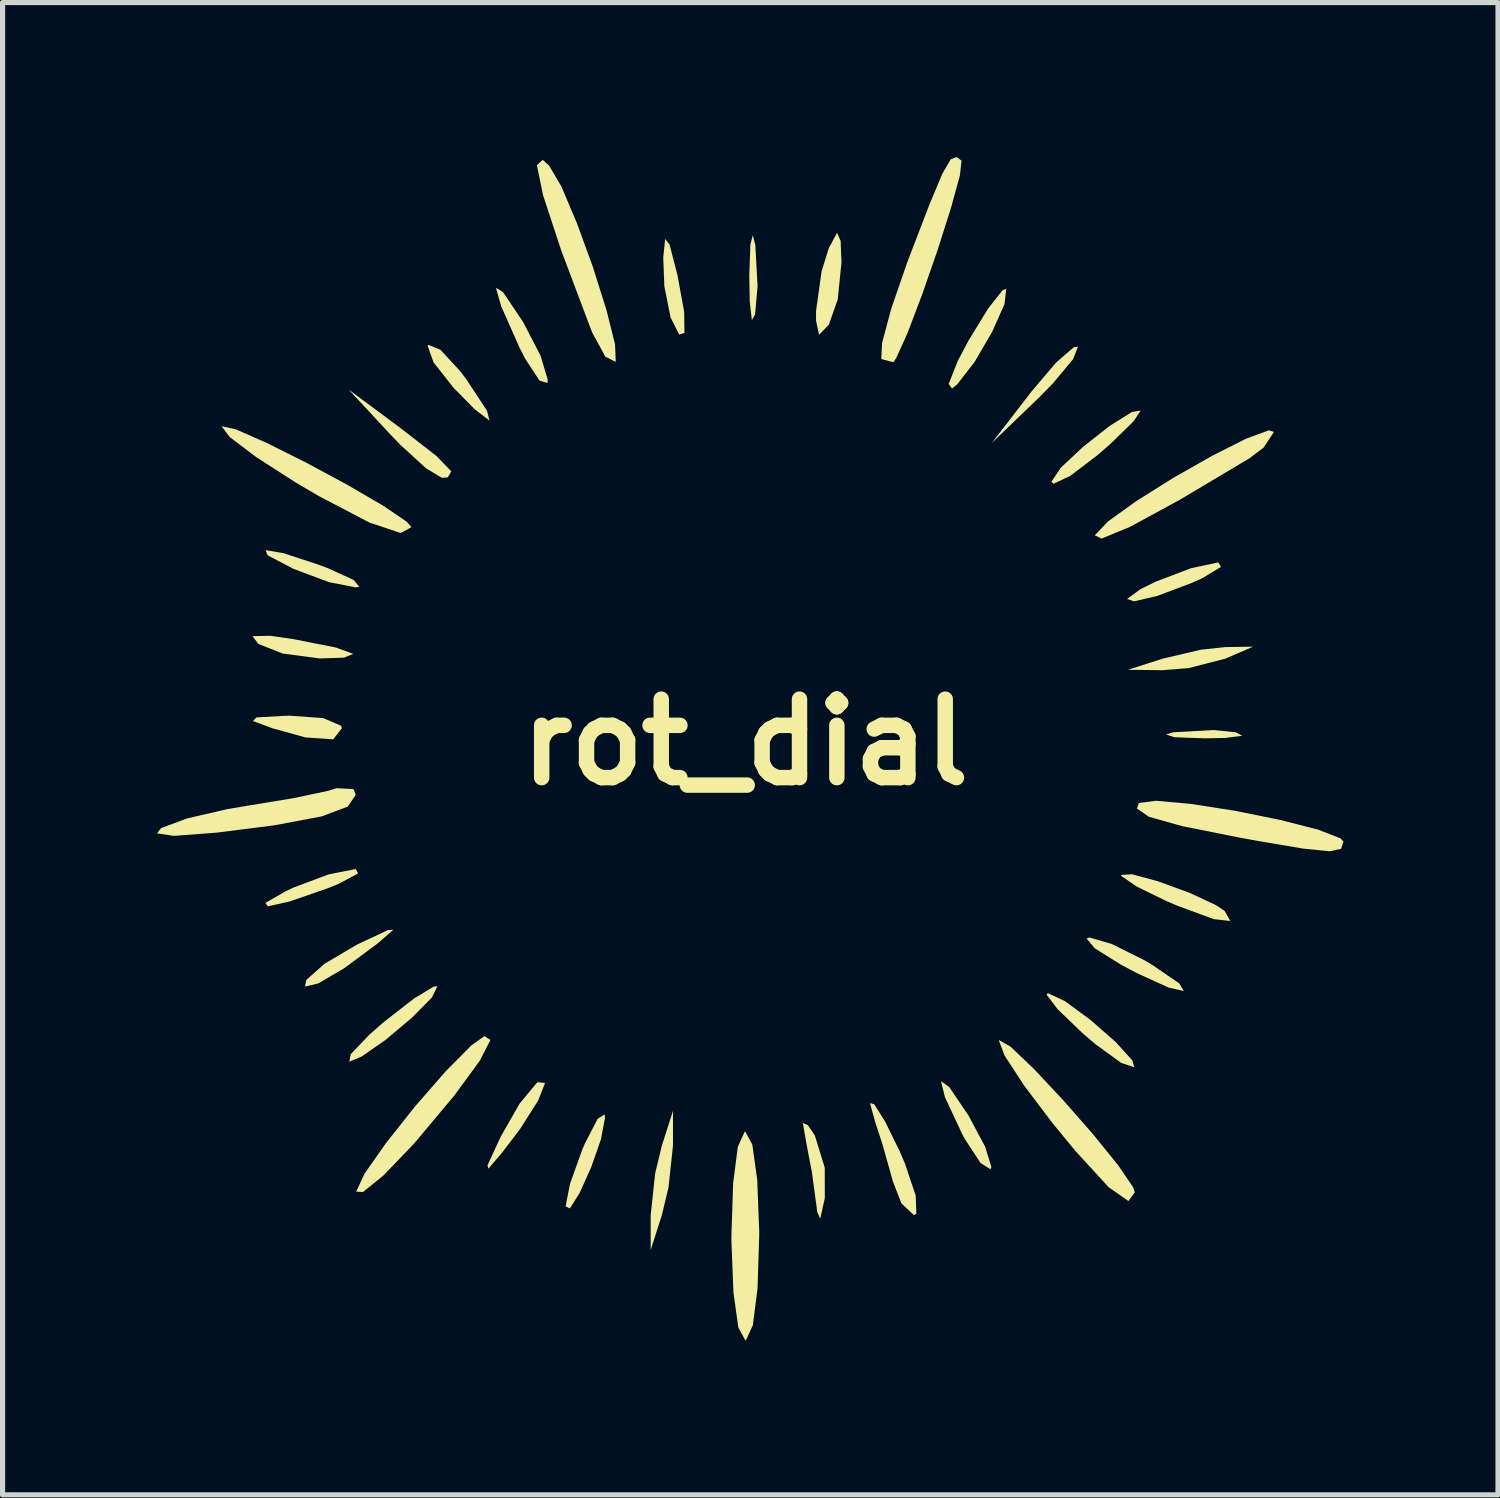
<source format=kicad_pcb>
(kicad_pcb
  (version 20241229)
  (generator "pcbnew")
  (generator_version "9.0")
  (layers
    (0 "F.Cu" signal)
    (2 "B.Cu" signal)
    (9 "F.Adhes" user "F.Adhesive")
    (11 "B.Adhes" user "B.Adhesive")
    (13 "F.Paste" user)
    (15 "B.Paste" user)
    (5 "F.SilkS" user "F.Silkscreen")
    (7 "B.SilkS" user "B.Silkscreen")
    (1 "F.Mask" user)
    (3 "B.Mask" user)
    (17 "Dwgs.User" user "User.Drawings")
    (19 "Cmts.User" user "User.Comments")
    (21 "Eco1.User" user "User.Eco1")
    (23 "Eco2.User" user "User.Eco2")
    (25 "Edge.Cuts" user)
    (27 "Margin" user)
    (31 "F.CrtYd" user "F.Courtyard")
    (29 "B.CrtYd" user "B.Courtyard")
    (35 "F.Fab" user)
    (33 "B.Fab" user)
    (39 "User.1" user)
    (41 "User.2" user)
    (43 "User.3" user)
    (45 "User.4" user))
  (footprint "rot_dial"
    (layer "F.Cu")
    (at 11.426 11.364)
    (property "Reference" "rot_dial" (at 0 0 0) (layer "F.SilkS") (effects (font (size 1.524 1.524) (thickness 0.3))))
    (attr board_only exclude_from_pos_files exclude_from_bom)
    (fp_poly (pts (xy -1.405 7.836) (xy -1.492 8.649) (xy -1.621 9.187) (xy -1.838 9.863) (xy -1.838 9.187) (xy -1.751 8.375) (xy -1.621 7.836) (xy -1.405 7.161)) (stroke (width 0) (type solid)) (fill yes) (layer "F.SilkS"))
    (fp_poly (pts (xy 0.194 -9.656) (xy 0.238 -8.857) (xy 0.19 -8.305) (xy 0.127 -8.197) (xy 0.086 -8.551) (xy 0.077 -9.052) (xy 0.098 -9.665) (xy 0.146 -9.845)) (stroke (width 0) (type solid)) (fill yes) (layer "F.SilkS"))
    (fp_poly (pts (xy 6.364 -7.435) (xy 5.969 -6.962) (xy 5.69 -6.679) (xy 4.787 -5.81) (xy 5.559 -6.81) (xy 6.036 -7.372) (xy 6.377 -7.668) (xy 6.461 -7.68)) (stroke (width 0) (type solid)) (fill yes) (layer "F.SilkS"))
    (fp_poly (pts (xy 9.322 -1.621) (xy 8.611 -1.438) (xy 8.106 -1.397) (xy 7.431 -1.405) (xy 8.106 -1.621) (xy 8.847 -1.795) (xy 9.322 -1.846) (xy 9.863 -1.854)) (stroke (width 0) (type solid)) (fill yes) (layer "F.SilkS"))
    (fp_poly (pts (xy 9.525 -0.191) (xy 9.653 -0.124) (xy 9.314 -0.081) (xy 8.917 -0.074) (xy 8.333 -0.095) (xy 8.172 -0.149) (xy 8.309 -0.191) (xy 9.096 -0.235)) (stroke (width 0) (type solid)) (fill yes) (layer "F.SilkS"))
    (fp_poly (pts (xy -8.782 -2.001) (xy -7.951 -1.837) (xy -7.616 -1.714) (xy -7.792 -1.641) (xy -8.264 -1.625) (xy -8.984 -1.72) (xy -9.457 -1.906) (xy -9.572 -2.059) (xy -9.221 -2.065)) (stroke (width 0) (type solid)) (fill yes) (layer "F.SilkS"))
    (fp_poly (pts (xy -6.688 -6.093) (xy -5.997 -5.556) (xy -5.71 -5.258) (xy -5.78 -5.142) (xy -5.894 -5.134) (xy -6.198 -5.316) (xy -6.698 -5.772) (xy -6.907 -5.989) (xy -7.701 -6.845)) (stroke (width 0) (type solid)) (fill yes) (layer "F.SilkS"))
    (fp_poly (pts (xy -1.472 -9.665) (xy -1.32 -9.079) (xy -1.188 -8.361) (xy -1.182 -7.947) (xy -1.286 -7.916) (xy -1.453 -8.252) (xy -1.573 -8.857) (xy -1.594 -9.412) (xy -1.557 -9.773)) (stroke (width 0) (type solid)) (fill yes) (layer "F.SilkS"))
    (fp_poly (pts (xy -8.199 -0.467) (xy -7.853 -0.319) (xy -7.836 -0.27) (xy -8.004 -0.054) (xy -8.548 -0.092) (xy -9.187 -0.27) (xy -9.563 -0.41) (xy -9.495 -0.48) (xy -8.938 -0.511) (xy -8.849 -0.513)) (stroke (width 0) (type solid)) (fill yes) (layer "F.SilkS"))
    (fp_poly (pts (xy -5.921 -7.62) (xy -5.527 -7.192) (xy -5.415 -7.041) (xy -5.018 -6.438) (xy -4.969 -6.245) (xy -5.259 -6.468) (xy -5.673 -6.889) (xy -6.057 -7.378) (xy -6.168 -7.694) (xy -6.155 -7.716)) (stroke (width 0) (type solid)) (fill yes) (layer "F.SilkS"))
    (fp_poly (pts (xy 1.215 7.439) (xy 1.35 7.64) (xy 1.543 8.266) (xy 1.544 8.856) (xy 1.455 9.257) (xy 1.395 9.124) (xy 1.388 9.052) (xy 1.293 8.351) (xy 1.194 7.836) (xy 1.117 7.398)) (stroke (width 0) (type solid)) (fill yes) (layer "F.SilkS"))
    (fp_poly (pts (xy 1.851 -9.735) (xy 1.868 -9.322) (xy 1.795 -8.597) (xy 1.621 -8.106) (xy 1.432 -7.911) (xy 1.373 -8.189) (xy 1.374 -8.377) (xy 1.481 -9.143) (xy 1.621 -9.593) (xy 1.782 -9.893)) (stroke (width 0) (type solid)) (fill yes) (layer "F.SilkS"))
    (fp_poly (pts (xy 3.962 6.701) (xy 4.339 7.259) (xy 4.66 7.863) (xy 4.778 8.25) (xy 4.763 8.297) (xy 4.569 8.175) (xy 4.262 7.706) (xy 4.208 7.604) (xy 3.878 6.898) (xy 3.8 6.585)) (stroke (width 0) (type solid)) (fill yes) (layer "F.SilkS"))
    (fp_poly (pts (xy -8.968 -3.669) (xy -8.289 -3.446) (xy -8.106 -3.378) (xy -7.606 -3.149) (xy -7.498 -3.017) (xy -7.566 -3.005) (xy -8.086 -3.107) (xy -8.773 -3.364) (xy -8.782 -3.368) (xy -9.277 -3.628) (xy -9.318 -3.729)) (stroke (width 0) (type solid)) (fill yes) (layer "F.SilkS"))
    (fp_poly (pts (xy -7.566 2.465) (xy -7.521 2.55) (xy -7.897 2.752) (xy -8.106 2.837) (xy -8.848 3.094) (xy -9.274 3.189) (xy -9.322 3.123) (xy -8.929 2.897) (xy -8.782 2.827) (xy -8.095 2.569) (xy -7.57 2.465)) (stroke (width 0) (type solid)) (fill yes) (layer "F.SilkS"))
    (fp_poly (pts (xy -7.112 3.885) (xy -7.161 3.925) (xy -7.793 4.393) (xy -8.293 4.686) (xy -8.552 4.748) (xy -8.527 4.619) (xy -8.173 4.305) (xy -7.556 3.94) (xy -7.481 3.903) (xy -6.942 3.651) (xy -6.836 3.644)) (stroke (width 0) (type solid)) (fill yes) (layer "F.SilkS"))
    (fp_poly (pts (xy -6.087 4.959) (xy -6.474 5.351) (xy -6.983 5.78) (xy -7.454 6.108) (xy -7.691 6.206) (xy -7.664 6.061) (xy -7.303 5.683) (xy -7.015 5.431) (xy -6.438 4.982) (xy -6.054 4.749) (xy -5.981 4.741)) (stroke (width 0) (type solid)) (fill yes) (layer "F.SilkS"))
    (fp_poly (pts (xy -4.708 -8.742) (xy -4.338 -8.193) (xy -4.309 -8.146) (xy -3.976 -7.503) (xy -3.838 -7.04) (xy -3.845 -6.976) (xy -3.998 -7.022) (xy -4.279 -7.452) (xy -4.398 -7.689) (xy -4.742 -8.466) (xy -4.844 -8.825)) (stroke (width 0) (type solid)) (fill yes) (layer "F.SilkS"))
    (fp_poly (pts (xy -3.89 6.621) (xy -4.022 6.958) (xy -4.37 7.507) (xy -4.722 7.971) (xy -4.99 8.284) (xy -5.008 8.22) (xy -4.781 7.728) (xy -4.744 7.651) (xy -4.382 7.018) (xy -4.055 6.624) (xy -4.028 6.605)) (stroke (width 0) (type solid)) (fill yes) (layer "F.SilkS"))
    (fp_poly (pts (xy -2.725 7.296) (xy -2.804 7.714) (xy -2.993 8.255) (xy -3.218 8.756) (xy -3.408 9.057) (xy -3.491 9.016) (xy -3.405 8.579) (xy -3.165 7.909) (xy -3.118 7.8) (xy -2.87 7.319) (xy -2.734 7.229)) (stroke (width 0) (type solid)) (fill yes) (layer "F.SilkS"))
    (fp_poly (pts (xy 5.035 -8.509) (xy 4.795 -7.971) (xy 4.454 -7.386) (xy 4.117 -6.951) (xy 4.015 -6.867) (xy 3.95 -6.958) (xy 4.125 -7.401) (xy 4.331 -7.792) (xy 4.717 -8.423) (xy 4.995 -8.775) (xy 5.067 -8.804)) (stroke (width 0) (type solid)) (fill yes) (layer "F.SilkS"))
    (fp_poly (pts (xy 6.21 5.032) (xy 6.703 5.395) (xy 7.193 5.824) (xy 7.516 6.181) (xy 7.555 6.316) (xy 7.3 6.23) (xy 6.801 5.868) (xy 6.548 5.652) (xy 6.063 5.184) (xy 5.852 4.907) (xy 5.873 4.874)) (stroke (width 0) (type solid)) (fill yes) (layer "F.SilkS"))
    (fp_poly (pts (xy 7.114 3.919) (xy 7.759 4.24) (xy 7.897 4.322) (xy 8.427 4.685) (xy 8.518 4.834) (xy 8.228 4.77) (xy 7.616 4.492) (xy 7.296 4.323) (xy 6.786 4.004) (xy 6.628 3.815) (xy 6.681 3.794)) (stroke (width 0) (type solid)) (fill yes) (layer "F.SilkS"))
    (fp_poly (pts (xy 7.54 -6.23) (xy 7.101 -5.802) (xy 6.848 -5.58) (xy 6.311 -5.171) (xy 5.987 -5.018) (xy 5.945 -5.057) (xy 6.127 -5.329) (xy 6.56 -5.736) (xy 7.077 -6.142) (xy 7.509 -6.412) (xy 7.68 -6.441)) (stroke (width 0) (type solid)) (fill yes) (layer "F.SilkS"))
    (fp_poly (pts (xy 9.239 -3.403) (xy 8.873 -3.183) (xy 8.683 -3.097) (xy 8.003 -2.84) (xy 7.552 -2.735) (xy 7.415 -2.78) (xy 7.675 -2.971) (xy 7.971 -3.117) (xy 8.659 -3.379) (xy 9.183 -3.49) (xy 9.187 -3.49)) (stroke (width 0) (type solid)) (fill yes) (layer "F.SilkS"))
    (fp_poly (pts (xy 2.505 7.034) (xy 2.718 7.375) (xy 3.002 7.954) (xy 3.102 8.188) (xy 3.309 8.808) (xy 3.322 9.158) (xy 3.275 9.187) (xy 3.032 8.959) (xy 2.868 8.537) (xy 2.662 7.806) (xy 2.525 7.388) (xy 2.421 7.011)) (stroke (width 0) (type solid)) (fill yes) (layer "F.SilkS"))
    (fp_poly (pts (xy 8.019 2.704) (xy 8.628 2.927) (xy 9.139 3.165) (xy 9.309 3.279) (xy 9.42 3.474) (xy 9.098 3.438) (xy 8.393 3.178) (xy 8.174 3.085) (xy 7.594 2.801) (xy 7.303 2.599) (xy 7.296 2.58) (xy 7.509 2.566)) (stroke (width 0) (type solid)) (fill yes) (layer "F.SilkS"))
    (fp_poly (pts (xy 10.268 -6.025) (xy 10.066 -5.72) (xy 9.795 -5.515) (xy 8.435 -4.705) (xy 7.471 -4.181) (xy 6.918 -3.953) (xy 6.788 -4.017) (xy 7.041 -4.284) (xy 7.593 -4.681) (xy 8.313 -5.133) (xy 9.07 -5.563) (xy 9.732 -5.896) (xy 10.168 -6.056)) (stroke (width 0) (type solid)) (fill yes) (layer "F.SilkS"))
    (fp_poly (pts (xy -4.95 5.784) (xy -5.158 6.189) (xy -5.652 6.864) (xy -6.391 7.746) (xy -6.471 7.836) (xy -7.033 8.421) (xy -7.426 8.738) (xy -7.558 8.731) (xy -7.395 8.38) (xy -6.973 7.779) (xy -6.41 7.07) (xy -5.82 6.394) (xy -5.321 5.891) (xy -5.07 5.711)) (stroke (width 0) (type solid)) (fill yes) (layer "F.SilkS"))
    (fp_poly (pts (xy -9.894 -6.075) (xy -9.3 -5.813) (xy -8.527 -5.427) (xy -7.72 -4.992) (xy -7.021 -4.584) (xy -6.574 -4.279) (xy -6.485 -4.175) (xy -6.694 -4.061) (xy -7.304 -4.266) (xy -8.287 -4.781) (xy -8.735 -5.044) (xy -9.5 -5.536) (xy -10.014 -5.925) (xy -10.17 -6.132) (xy -10.168 -6.135)) (stroke (width 0) (type solid)) (fill yes) (layer "F.SilkS"))
    (fp_poly (pts (xy -7.611 0.912) (xy -7.566 1.023) (xy -7.72 1.251) (xy -8.226 1.442) (xy -9.151 1.616) (xy -10.268 1.758) (xy -11.099 1.821) (xy -11.426 1.772) (xy -11.349 1.671) (xy -10.85 1.484) (xy -10.051 1.299) (xy -9.626 1.228) (xy -8.775 1.088) (xy -8.119 0.949) (xy -7.937 0.895)) (stroke (width 0) (type solid)) (fill yes) (layer "F.SilkS"))
    (fp_poly (pts (xy -3.813 -11.2) (xy -3.573 -10.793) (xy -3.272 -10.083) (xy -2.961 -9.229) (xy -2.696 -8.39) (xy -2.53 -7.725) (xy -2.517 -7.392) (xy -2.521 -7.387) (xy -2.719 -7.487) (xy -2.974 -7.956) (xy -2.992 -8.001) (xy -3.576 -9.551) (xy -3.928 -10.62) (xy -4.048 -11.206) (xy -3.936 -11.309)) (stroke (width 0) (type solid)) (fill yes) (layer "F.SilkS"))
    (fp_poly (pts (xy 5.148 5.912) (xy 5.596 6.338) (xy 6.165 6.944) (xy 6.749 7.61) (xy 7.24 8.217) (xy 7.53 8.642) (xy 7.566 8.743) (xy 7.441 8.913) (xy 7.059 8.647) (xy 6.408 7.937) (xy 5.975 7.41) (xy 5.409 6.662) (xy 5.034 6.084) (xy 4.925 5.795) (xy 4.93 5.789)) (stroke (width 0) (type solid)) (fill yes) (layer "F.SilkS"))
    (fp_poly (pts (xy 0.136 7.817) (xy 0.231 8.498) (xy 0.27 9.498) (xy 0.27 9.593) (xy 0.237 10.614) (xy 0.146 11.325) (xy 0.013 11.617) (xy 0 11.619) (xy -0.136 11.368) (xy -0.231 10.687) (xy -0.27 9.688) (xy -0.27 9.593) (xy -0.237 8.571) (xy -0.146 7.86) (xy -0.013 7.568) (xy 0 7.566)) (stroke (width 0) (type solid)) (fill yes) (layer "F.SilkS"))
    (fp_poly (pts (xy 8.649 1.199) (xy 9.506 1.333) (xy 10.384 1.51) (xy 11.123 1.699) (xy 11.562 1.869) (xy 11.619 1.935) (xy 11.57 2.073) (xy 11.349 2.12) (xy 10.848 2.07) (xy 9.959 1.92) (xy 9.593 1.853) (xy 8.479 1.63) (xy 7.838 1.45) (xy 7.605 1.289) (xy 7.645 1.182) (xy 7.975 1.139)) (stroke (width 0) (type solid)) (fill yes) (layer "F.SilkS"))
    (fp_poly (pts (xy 4.199 -11.293) (xy 4.168 -11.009) (xy 3.995 -10.377) (xy 3.732 -9.55) (xy 3.431 -8.684) (xy 3.146 -7.935) (xy 2.929 -7.457) (xy 2.875 -7.378) (xy 2.65 -7.438) (xy 2.641 -7.447) (xy 2.656 -7.754) (xy 2.836 -8.424) (xy 3.144 -9.316) (xy 3.178 -9.406) (xy 3.572 -10.431) (xy 3.826 -11.039) (xy 3.989 -11.32) (xy 4.108 -11.364)) (stroke (width 0) (type solid)) (fill yes) (layer "F.SilkS")))
  (gr_rect
    (start -3 -3)
    (end 26.045 25.983)
    (stroke (width 0.1) (type default))
    (fill no)
    (layer "Edge.Cuts")))
</source>
